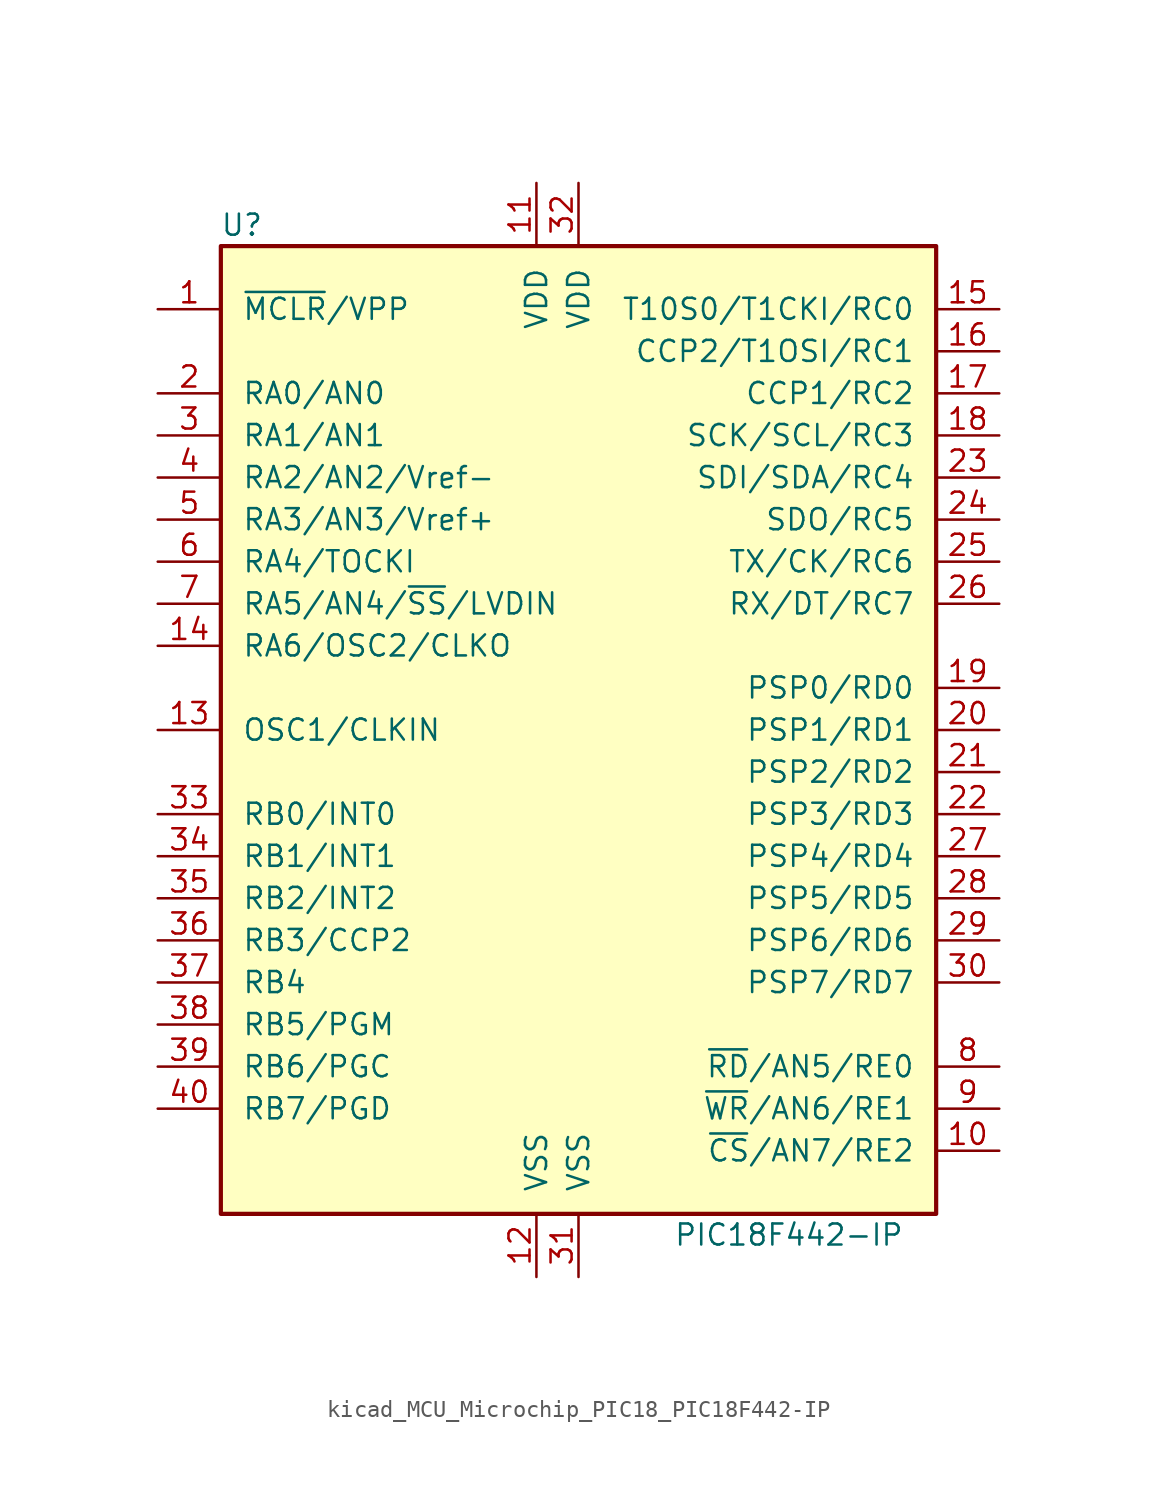
<source format=kicad_sym>
(kicad_symbol_lib
  (version 20220914)
  (generator kicad_symbol_editor)
  (symbol "kicad_MCU_Microchip_PIC18_PIC18F442-IP"
    (pin_names
      (offset 1.27))
    (property "Reference" "U"
      (at -20.32 30.48 0)
      (effects (font (size 1.27 1.27))))
    (property "Value" "PIC18F442-IP"
      (at 12.7 -30.48 0)
      (effects (font (size 1.27 1.27))))
    (symbol "kicad_MCU_Microchip_PIC18_PIC18F442-IP_0_1"
      (rectangle (start -21.59 -29.21) (end 21.59 29.21) (stroke (width 0.254) (type default)) (fill (type background))))
    (symbol "kicad_MCU_Microchip_PIC18_PIC18F442-IP_1_1"
      (pin input line (at -25.4 25.4 0) (length 3.81) (name "~{MCLR}/VPP" (effects (font (size 1.27 1.27)))) (number "1" (effects (font (size 1.27 1.27)))))
      (pin bidirectional line (at 25.4 -25.4 180) (length 3.81) (name "~{CS}/AN7/RE2" (effects (font (size 1.27 1.27)))) (number "10" (effects (font (size 1.27 1.27)))))
      (pin power_in line (at -2.54 33.02 270) (length 3.81) (name "VDD" (effects (font (size 1.27 1.27)))) (number "11" (effects (font (size 1.27 1.27)))))
      (pin power_in line (at -2.54 -33.02 90) (length 3.81) (name "VSS" (effects (font (size 1.27 1.27)))) (number "12" (effects (font (size 1.27 1.27)))))
      (pin input line (at -25.4 0 0) (length 3.81) (name "OSC1/CLKIN" (effects (font (size 1.27 1.27)))) (number "13" (effects (font (size 1.27 1.27)))))
      (pin output line (at -25.4 5.08 0) (length 3.81) (name "RA6/OSC2/CLKO" (effects (font (size 1.27 1.27)))) (number "14" (effects (font (size 1.27 1.27)))))
      (pin bidirectional line (at 25.4 25.4 180) (length 3.81) (name "T10S0/T1CKI/RC0" (effects (font (size 1.27 1.27)))) (number "15" (effects (font (size 1.27 1.27)))))
      (pin bidirectional line (at 25.4 22.86 180) (length 3.81) (name "CCP2/T1OSI/RC1" (effects (font (size 1.27 1.27)))) (number "16" (effects (font (size 1.27 1.27)))))
      (pin bidirectional line (at 25.4 20.32 180) (length 3.81) (name "CCP1/RC2" (effects (font (size 1.27 1.27)))) (number "17" (effects (font (size 1.27 1.27)))))
      (pin bidirectional line (at 25.4 17.78 180) (length 3.81) (name "SCK/SCL/RC3" (effects (font (size 1.27 1.27)))) (number "18" (effects (font (size 1.27 1.27)))))
      (pin bidirectional line (at 25.4 2.54 180) (length 3.81) (name "PSP0/RD0" (effects (font (size 1.27 1.27)))) (number "19" (effects (font (size 1.27 1.27)))))
      (pin bidirectional line (at -25.4 20.32 0) (length 3.81) (name "RA0/AN0" (effects (font (size 1.27 1.27)))) (number "2" (effects (font (size 1.27 1.27)))))
      (pin bidirectional line (at 25.4 0 180) (length 3.81) (name "PSP1/RD1" (effects (font (size 1.27 1.27)))) (number "20" (effects (font (size 1.27 1.27)))))
      (pin bidirectional line (at 25.4 -2.54 180) (length 3.81) (name "PSP2/RD2" (effects (font (size 1.27 1.27)))) (number "21" (effects (font (size 1.27 1.27)))))
      (pin bidirectional line (at 25.4 -5.08 180) (length 3.81) (name "PSP3/RD3" (effects (font (size 1.27 1.27)))) (number "22" (effects (font (size 1.27 1.27)))))
      (pin bidirectional line (at 25.4 15.24 180) (length 3.81) (name "SDI/SDA/RC4" (effects (font (size 1.27 1.27)))) (number "23" (effects (font (size 1.27 1.27)))))
      (pin bidirectional line (at 25.4 12.7 180) (length 3.81) (name "SDO/RC5" (effects (font (size 1.27 1.27)))) (number "24" (effects (font (size 1.27 1.27)))))
      (pin bidirectional line (at 25.4 10.16 180) (length 3.81) (name "TX/CK/RC6" (effects (font (size 1.27 1.27)))) (number "25" (effects (font (size 1.27 1.27)))))
      (pin bidirectional line (at 25.4 7.62 180) (length 3.81) (name "RX/DT/RC7" (effects (font (size 1.27 1.27)))) (number "26" (effects (font (size 1.27 1.27)))))
      (pin bidirectional line (at 25.4 -7.62 180) (length 3.81) (name "PSP4/RD4" (effects (font (size 1.27 1.27)))) (number "27" (effects (font (size 1.27 1.27)))))
      (pin bidirectional line (at 25.4 -10.16 180) (length 3.81) (name "PSP5/RD5" (effects (font (size 1.27 1.27)))) (number "28" (effects (font (size 1.27 1.27)))))
      (pin bidirectional line (at 25.4 -12.7 180) (length 3.81) (name "PSP6/RD6" (effects (font (size 1.27 1.27)))) (number "29" (effects (font (size 1.27 1.27)))))
      (pin bidirectional line (at -25.4 17.78 0) (length 3.81) (name "RA1/AN1" (effects (font (size 1.27 1.27)))) (number "3" (effects (font (size 1.27 1.27)))))
      (pin bidirectional line (at 25.4 -15.24 180) (length 3.81) (name "PSP7/RD7" (effects (font (size 1.27 1.27)))) (number "30" (effects (font (size 1.27 1.27)))))
      (pin power_in line (at 0 -33.02 90) (length 3.81) (name "VSS" (effects (font (size 1.27 1.27)))) (number "31" (effects (font (size 1.27 1.27)))))
      (pin power_in line (at 0 33.02 270) (length 3.81) (name "VDD" (effects (font (size 1.27 1.27)))) (number "32" (effects (font (size 1.27 1.27)))))
      (pin bidirectional line (at -25.4 -5.08 0) (length 3.81) (name "RB0/INT0" (effects (font (size 1.27 1.27)))) (number "33" (effects (font (size 1.27 1.27)))))
      (pin bidirectional line (at -25.4 -7.62 0) (length 3.81) (name "RB1/INT1" (effects (font (size 1.27 1.27)))) (number "34" (effects (font (size 1.27 1.27)))))
      (pin bidirectional line (at -25.4 -10.16 0) (length 3.81) (name "RB2/INT2" (effects (font (size 1.27 1.27)))) (number "35" (effects (font (size 1.27 1.27)))))
      (pin bidirectional line (at -25.4 -12.7 0) (length 3.81) (name "RB3/CCP2" (effects (font (size 1.27 1.27)))) (number "36" (effects (font (size 1.27 1.27)))))
      (pin bidirectional line (at -25.4 -15.24 0) (length 3.81) (name "RB4" (effects (font (size 1.27 1.27)))) (number "37" (effects (font (size 1.27 1.27)))))
      (pin bidirectional line (at -25.4 -17.78 0) (length 3.81) (name "RB5/PGM" (effects (font (size 1.27 1.27)))) (number "38" (effects (font (size 1.27 1.27)))))
      (pin bidirectional line (at -25.4 -20.32 0) (length 3.81) (name "RB6/PGC" (effects (font (size 1.27 1.27)))) (number "39" (effects (font (size 1.27 1.27)))))
      (pin bidirectional line (at -25.4 15.24 0) (length 3.81) (name "RA2/AN2/Vref-" (effects (font (size 1.27 1.27)))) (number "4" (effects (font (size 1.27 1.27)))))
      (pin bidirectional line (at -25.4 -22.86 0) (length 3.81) (name "RB7/PGD" (effects (font (size 1.27 1.27)))) (number "40" (effects (font (size 1.27 1.27)))))
      (pin bidirectional line (at -25.4 12.7 0) (length 3.81) (name "RA3/AN3/Vref+" (effects (font (size 1.27 1.27)))) (number "5" (effects (font (size 1.27 1.27)))))
      (pin bidirectional line (at -25.4 10.16 0) (length 3.81) (name "RA4/TOCKI" (effects (font (size 1.27 1.27)))) (number "6" (effects (font (size 1.27 1.27)))))
      (pin bidirectional line (at -25.4 7.62 0) (length 3.81) (name "RA5/AN4/~{SS}/LVDIN" (effects (font (size 1.27 1.27)))) (number "7" (effects (font (size 1.27 1.27)))))
      (pin bidirectional line (at 25.4 -20.32 180) (length 3.81) (name "~{RD}/AN5/RE0" (effects (font (size 1.27 1.27)))) (number "8" (effects (font (size 1.27 1.27)))))
      (pin bidirectional line (at 25.4 -22.86 180) (length 3.81) (name "~{WR}/AN6/RE1" (effects (font (size 1.27 1.27)))) (number "9" (effects (font (size 1.27 1.27))))))))
</source>
